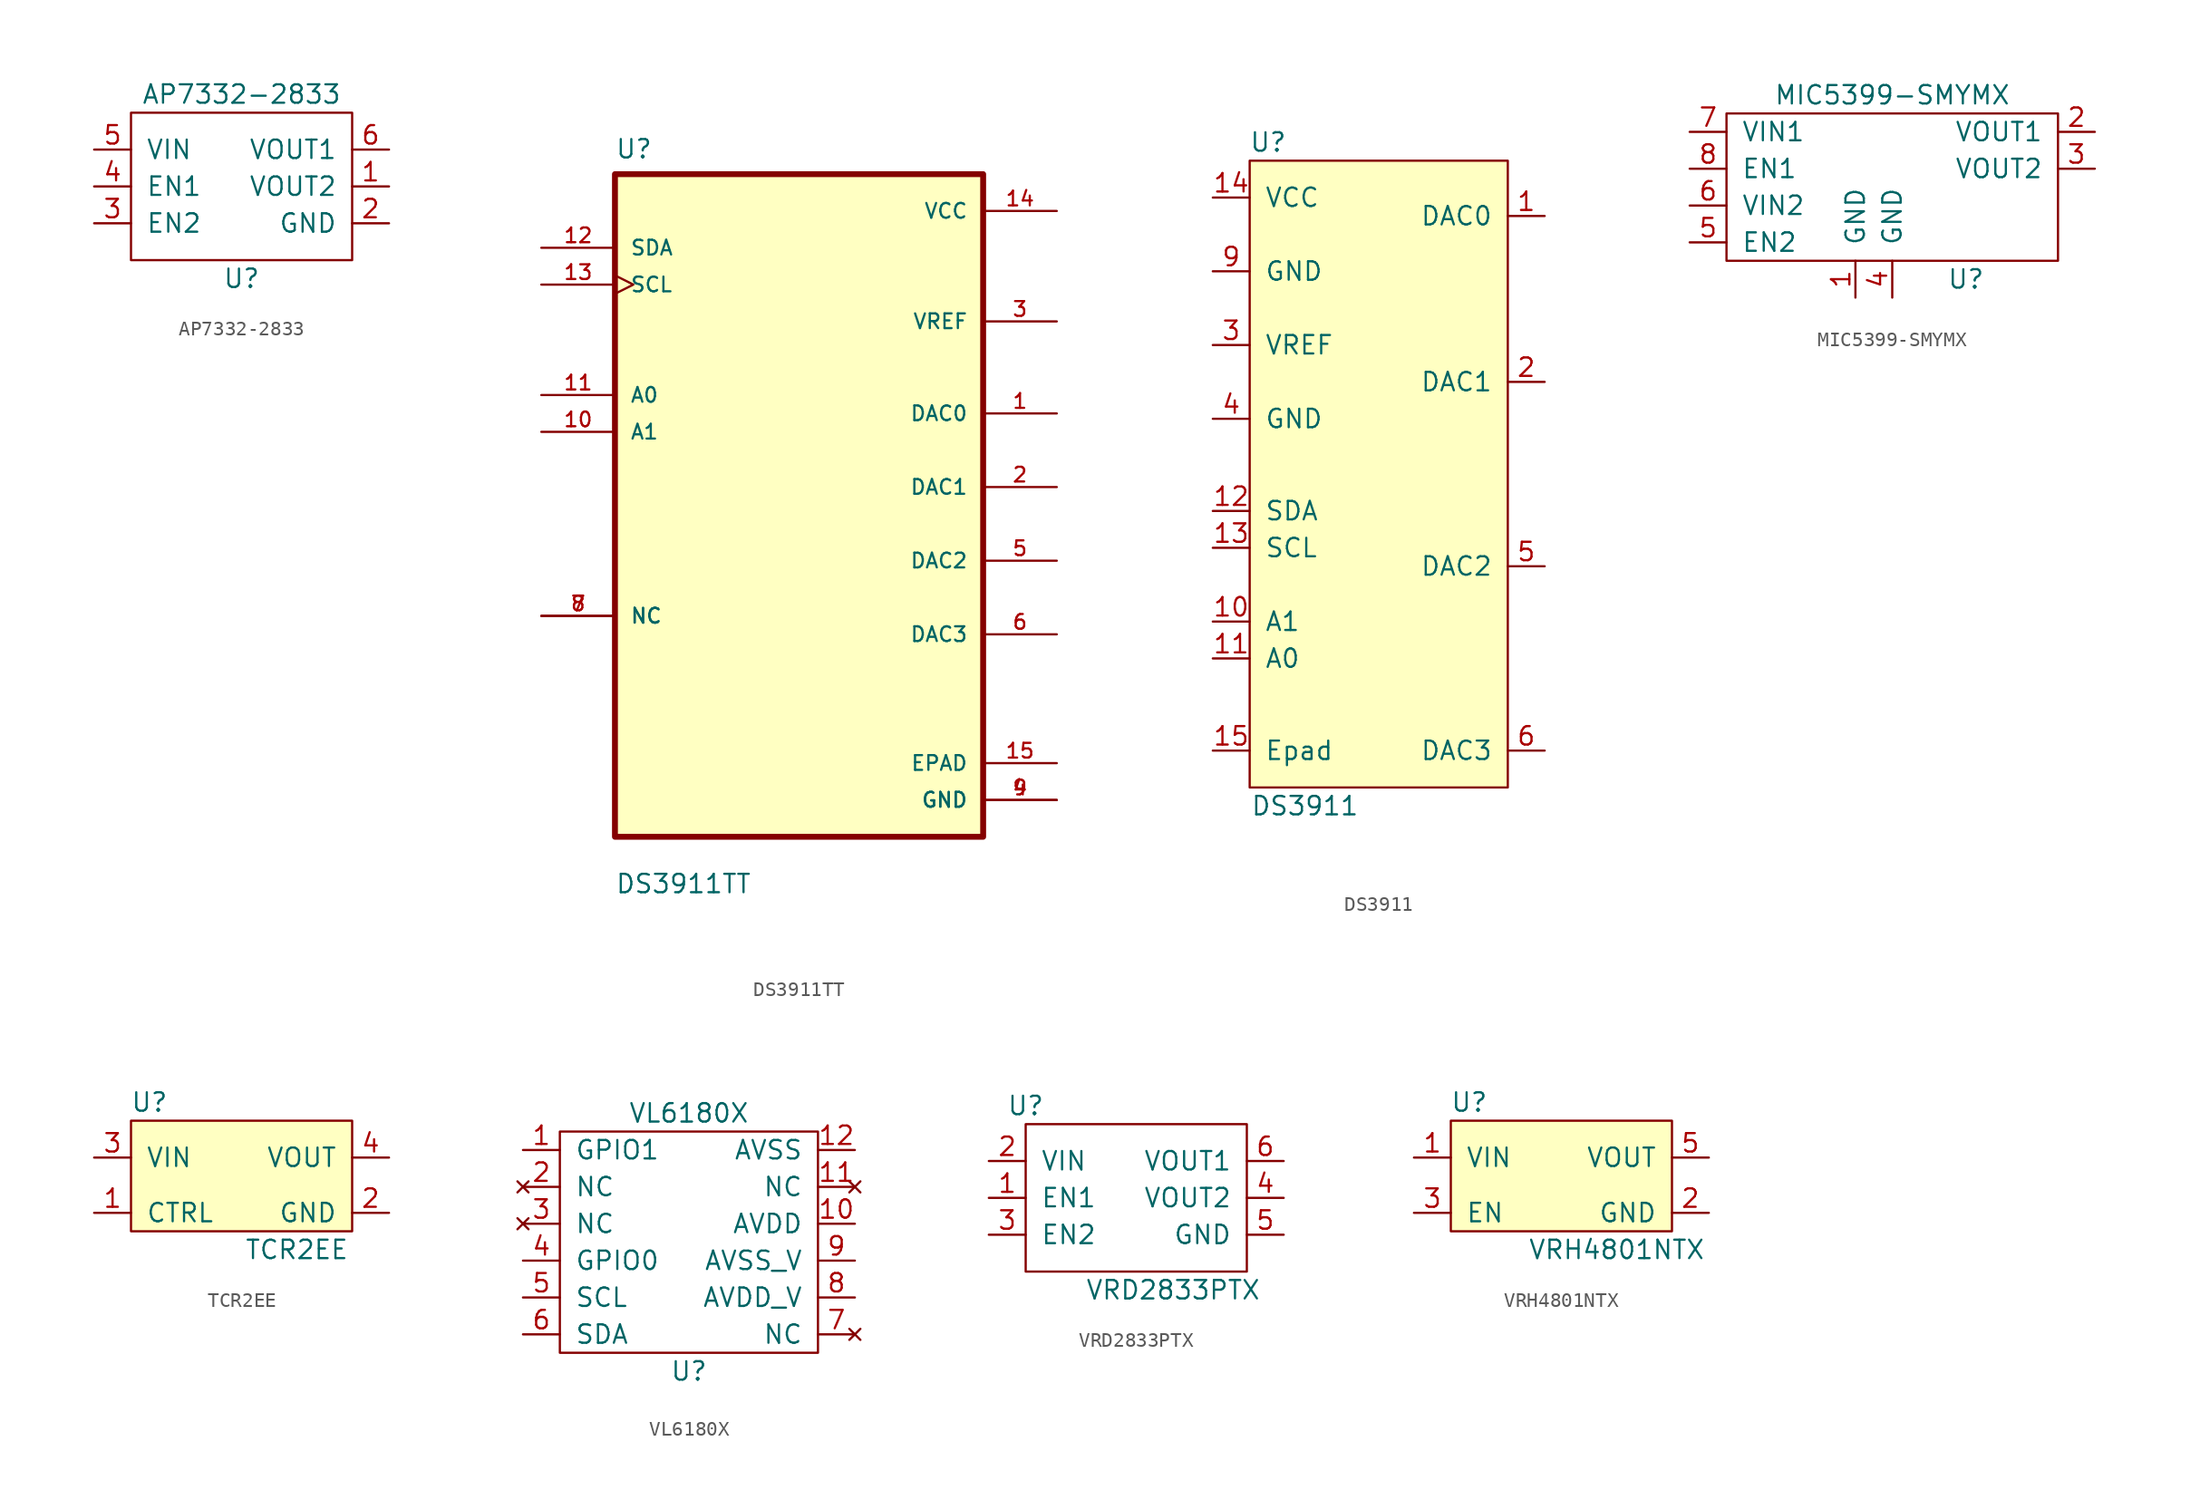
<source format=kicad_sym>
(kicad_symbol_lib
  (version 20220914)
  (generator kicad_symbol_editor)
  (symbol "AP7332-2833"
    (pin_names
      (offset 1.016))
    (property "Reference" "U"
      (at 0 -6.35 0)
      (effects (font (size 1.27 1.27))))
    (property "Value" "AP7332-2833"
      (at 0 6.35 0)
      (effects (font (size 1.27 1.27))))
    (symbol "AP7332-2833_0_1"
      (rectangle (start -7.62 5.08) (end 7.62 -5.08) (stroke (width 0) (type solid)) (fill (type none))))
    (symbol "AP7332-2833_1_1"
      (pin power_out line (at 10.16 0 180) (length 2.54) (name "VOUT2" (effects (font (size 1.27 1.27)))) (number "1" (effects (font (size 1.27 1.27)))))
      (pin power_in line (at 10.16 -2.54 180) (length 2.54) (name "GND" (effects (font (size 1.27 1.27)))) (number "2" (effects (font (size 1.27 1.27)))))
      (pin input line (at -10.16 -2.54 0) (length 2.54) (name "EN2" (effects (font (size 1.27 1.27)))) (number "3" (effects (font (size 1.27 1.27)))))
      (pin input line (at -10.16 0 0) (length 2.54) (name "EN1" (effects (font (size 1.27 1.27)))) (number "4" (effects (font (size 1.27 1.27)))))
      (pin power_in line (at -10.16 2.54 0) (length 2.54) (name "VIN" (effects (font (size 1.27 1.27)))) (number "5" (effects (font (size 1.27 1.27)))))
      (pin power_out line (at 10.16 2.54 180) (length 2.54) (name "VOUT1" (effects (font (size 1.27 1.27)))) (number "6" (effects (font (size 1.27 1.27)))))))
  (symbol "DS3911TT"
    (pin_names
      (offset 1.016))
    (property "Reference" "U"
      (at -12.7 23.851 0)
      (effects (font (size 1.27 1.27)) (justify left bottom)))
    (property "Value" "DS3911TT"
      (at -12.7 -26.848 0)
      (effects (font (size 1.27 1.27)) (justify left bottom)))
    (property "ki_locked" ""
      (at 0 0 0)
      (effects (font (size 1.27 1.27))))
    (symbol "DS3911TT_0_0"
      (rectangle (start -12.7 -22.86) (end 12.7 22.86) (stroke (width 0.406) (type solid)) (fill (type background)))
      (pin bidirectional line (at 17.78 6.35 180) (length 5.08) (name "DAC0" (effects (font (size 1.016 1.016)))) (number "1" (effects (font (size 1.016 1.016)))))
      (pin bidirectional line (at -17.78 5.08 0) (length 5.08) (name "A1" (effects (font (size 1.016 1.016)))) (number "10" (effects (font (size 1.016 1.016)))))
      (pin bidirectional line (at -17.78 7.62 0) (length 5.08) (name "A0" (effects (font (size 1.016 1.016)))) (number "11" (effects (font (size 1.016 1.016)))))
      (pin bidirectional line (at -17.78 17.78 0) (length 5.08) (name "SDA" (effects (font (size 1.016 1.016)))) (number "12" (effects (font (size 1.016 1.016)))))
      (pin input clock (at -17.78 15.24 0) (length 5.08) (name "SCL" (effects (font (size 1.016 1.016)))) (number "13" (effects (font (size 1.016 1.016)))))
      (pin power_in line (at 17.78 20.32 180) (length 5.08) (name "VCC" (effects (font (size 1.016 1.016)))) (number "14" (effects (font (size 1.016 1.016)))))
      (pin power_in line (at 17.78 -17.78 180) (length 5.08) (name "EPAD" (effects (font (size 1.016 1.016)))) (number "15" (effects (font (size 1.016 1.016)))))
      (pin bidirectional line (at 17.78 1.27 180) (length 5.08) (name "DAC1" (effects (font (size 1.016 1.016)))) (number "2" (effects (font (size 1.016 1.016)))))
      (pin input line (at 17.78 12.7 180) (length 5.08) (name "VREF" (effects (font (size 1.016 1.016)))) (number "3" (effects (font (size 1.016 1.016)))))
      (pin power_in line (at 17.78 -20.32 180) (length 5.08) (name "GND" (effects (font (size 1.016 1.016)))) (number "4" (effects (font (size 1.016 1.016)))))
      (pin bidirectional line (at 17.78 -3.81 180) (length 5.08) (name "DAC2" (effects (font (size 1.016 1.016)))) (number "5" (effects (font (size 1.016 1.016)))))
      (pin bidirectional line (at 17.78 -8.89 180) (length 5.08) (name "DAC3" (effects (font (size 1.016 1.016)))) (number "6" (effects (font (size 1.016 1.016)))))
      (pin bidirectional line (at -17.78 -7.62 0) (length 5.08) (name "NC" (effects (font (size 1.016 1.016)))) (number "7" (effects (font (size 1.016 1.016)))))
      (pin bidirectional line (at -17.78 -7.62 0) (length 5.08) (name "NC" (effects (font (size 1.016 1.016)))) (number "8" (effects (font (size 1.016 1.016)))))
      (pin power_in line (at 17.78 -20.32 180) (length 5.08) (name "GND" (effects (font (size 1.016 1.016)))) (number "9" (effects (font (size 1.016 1.016)))))))
  (symbol "DS3911"
    (pin_names
      (offset 1.016))
    (property "Reference" "U"
      (at -11.43 16.51 0)
      (effects (font (size 1.27 1.27))))
    (property "Value" "DS3911"
      (at -8.89 -29.21 0)
      (effects (font (size 1.27 1.27))))
    (symbol "DS3911_0_1"
      (rectangle (start -12.7 15.24) (end 5.08 -27.94) (stroke (width 0) (type solid)) (fill (type background))))
    (symbol "DS3911_1_1"
      (pin output line (at 7.62 11.43 180) (length 2.54) (name "DAC0" (effects (font (size 1.27 1.27)))) (number "1" (effects (font (size 1.27 1.27)))))
      (pin input line (at -15.24 -16.51 0) (length 2.54) (name "A1" (effects (font (size 1.27 1.27)))) (number "10" (effects (font (size 1.27 1.27)))))
      (pin input line (at -15.24 -19.05 0) (length 2.54) (name "A0" (effects (font (size 1.27 1.27)))) (number "11" (effects (font (size 1.27 1.27)))))
      (pin input line (at -15.24 -8.89 0) (length 2.54) (name "SDA" (effects (font (size 1.27 1.27)))) (number "12" (effects (font (size 1.27 1.27)))))
      (pin input line (at -15.24 -11.43 0) (length 2.54) (name "SCL" (effects (font (size 1.27 1.27)))) (number "13" (effects (font (size 1.27 1.27)))))
      (pin power_in line (at -15.24 12.7 0) (length 2.54) (name "VCC" (effects (font (size 1.27 1.27)))) (number "14" (effects (font (size 1.27 1.27)))))
      (pin power_in line (at -15.24 -25.4 0) (length 2.54) (name "Epad" (effects (font (size 1.27 1.27)))) (number "15" (effects (font (size 1.27 1.27)))))
      (pin output line (at 7.62 0 180) (length 2.54) (name "DAC1" (effects (font (size 1.27 1.27)))) (number "2" (effects (font (size 1.27 1.27)))))
      (pin power_in line (at -15.24 2.54 0) (length 2.54) (name "VREF" (effects (font (size 1.27 1.27)))) (number "3" (effects (font (size 1.27 1.27)))))
      (pin power_in line (at -15.24 -2.54 0) (length 2.54) (name "GND" (effects (font (size 1.27 1.27)))) (number "4" (effects (font (size 1.27 1.27)))))
      (pin output line (at 7.62 -12.7 180) (length 2.54) (name "DAC2" (effects (font (size 1.27 1.27)))) (number "5" (effects (font (size 1.27 1.27)))))
      (pin output line (at 7.62 -25.4 180) (length 2.54) (name "DAC3" (effects (font (size 1.27 1.27)))) (number "6" (effects (font (size 1.27 1.27)))))
      (pin power_in line (at -15.24 7.62 0) (length 2.54) (name "GND" (effects (font (size 1.27 1.27)))) (number "9" (effects (font (size 1.27 1.27)))))))
  (symbol "MIC5399-SMYMX"
    (pin_names
      (offset 1.016))
    (property "Reference" "U"
      (at 5.08 -7.62 0)
      (effects (font (size 1.27 1.27))))
    (property "Value" "MIC5399-SMYMX"
      (at 0 5.08 0)
      (effects (font (size 1.27 1.27))))
    (symbol "MIC5399-SMYMX_0_1"
      (rectangle (start -11.43 3.81) (end 11.43 -6.35) (stroke (width 0) (type solid)) (fill (type none))))
    (symbol "MIC5399-SMYMX_1_1"
      (pin power_out line (at -2.54 -8.89 90) (length 2.54) (name "GND" (effects (font (size 1.27 1.27)))) (number "1" (effects (font (size 1.27 1.27)))))
      (pin power_out line (at 13.97 2.54 180) (length 2.54) (name "VOUT1" (effects (font (size 1.27 1.27)))) (number "2" (effects (font (size 1.27 1.27)))))
      (pin power_out line (at 13.97 0 180) (length 2.54) (name "VOUT2" (effects (font (size 1.27 1.27)))) (number "3" (effects (font (size 1.27 1.27)))))
      (pin power_out line (at 0 -8.89 90) (length 2.54) (name "GND" (effects (font (size 1.27 1.27)))) (number "4" (effects (font (size 1.27 1.27)))))
      (pin input line (at -13.97 -5.08 0) (length 2.54) (name "EN2" (effects (font (size 1.27 1.27)))) (number "5" (effects (font (size 1.27 1.27)))))
      (pin power_in line (at -13.97 -2.54 0) (length 2.54) (name "VIN2" (effects (font (size 1.27 1.27)))) (number "6" (effects (font (size 1.27 1.27)))))
      (pin power_in line (at -13.97 2.54 0) (length 2.54) (name "VIN1" (effects (font (size 1.27 1.27)))) (number "7" (effects (font (size 1.27 1.27)))))
      (pin input line (at -13.97 0 0) (length 2.54) (name "EN1" (effects (font (size 1.27 1.27)))) (number "8" (effects (font (size 1.27 1.27)))))))
  (symbol "TCR2EE"
    (pin_names
      (offset 1.016))
    (property "Reference" "U"
      (at -6.35 5.08 0)
      (effects (font (size 1.27 1.27))))
    (property "Value" "TCR2EE"
      (at 3.81 -5.08 0)
      (effects (font (size 1.27 1.27))))
    (symbol "TCR2EE_0_1"
      (rectangle (start -7.62 3.81) (end 7.62 -3.81) (stroke (width 0) (type solid)) (fill (type background))))
    (symbol "TCR2EE_1_1"
      (pin input line (at -10.16 -2.54 0) (length 2.54) (name "CTRL" (effects (font (size 1.27 1.27)))) (number "1" (effects (font (size 1.27 1.27)))))
      (pin input line (at 10.16 -2.54 180) (length 2.54) (name "GND" (effects (font (size 1.27 1.27)))) (number "2" (effects (font (size 1.27 1.27)))))
      (pin input line (at -10.16 1.27 0) (length 2.54) (name "VIN" (effects (font (size 1.27 1.27)))) (number "3" (effects (font (size 1.27 1.27)))))
      (pin input line (at 10.16 1.27 180) (length 2.54) (name "VOUT" (effects (font (size 1.27 1.27)))) (number "4" (effects (font (size 1.27 1.27)))))
      (pin no_connect line (at 0 -6.35 90) (length 2.54) hide (name "NC" (effects (font (size 1.27 1.27)))) (number "5" (effects (font (size 1.27 1.27)))))))
  (symbol "VL6180X"
    (pin_names
      (offset 1.016))
    (property "Reference" "U"
      (at 0 -10.16 0)
      (effects (font (size 1.27 1.27))))
    (property "Value" "VL6180X"
      (at 0 7.62 0)
      (effects (font (size 1.27 1.27))))
    (symbol "VL6180X_0_1"
      (rectangle (start -8.89 6.35) (end 8.89 -8.89) (stroke (width 0) (type solid)) (fill (type none))))
    (symbol "VL6180X_1_1"
      (pin bidirectional line (at -11.43 5.08 0) (length 2.54) (name "GPIO1" (effects (font (size 1.27 1.27)))) (number "1" (effects (font (size 1.27 1.27)))))
      (pin power_in line (at 11.43 0 180) (length 2.54) (name "AVDD" (effects (font (size 1.27 1.27)))) (number "10" (effects (font (size 1.27 1.27)))))
      (pin no_connect line (at 11.43 2.54 180) (length 2.54) (name "NC" (effects (font (size 1.27 1.27)))) (number "11" (effects (font (size 1.27 1.27)))))
      (pin power_in line (at 11.43 5.08 180) (length 2.54) (name "AVSS" (effects (font (size 1.27 1.27)))) (number "12" (effects (font (size 1.27 1.27)))))
      (pin no_connect line (at -11.43 2.54 0) (length 2.54) (name "NC" (effects (font (size 1.27 1.27)))) (number "2" (effects (font (size 1.27 1.27)))))
      (pin no_connect line (at -11.43 0 0) (length 2.54) (name "NC" (effects (font (size 1.27 1.27)))) (number "3" (effects (font (size 1.27 1.27)))))
      (pin bidirectional line (at -11.43 -2.54 0) (length 2.54) (name "GPIO0" (effects (font (size 1.27 1.27)))) (number "4" (effects (font (size 1.27 1.27)))))
      (pin input line (at -11.43 -5.08 0) (length 2.54) (name "SCL" (effects (font (size 1.27 1.27)))) (number "5" (effects (font (size 1.27 1.27)))))
      (pin bidirectional line (at -11.43 -7.62 0) (length 2.54) (name "SDA" (effects (font (size 1.27 1.27)))) (number "6" (effects (font (size 1.27 1.27)))))
      (pin no_connect line (at 11.43 -7.62 180) (length 2.54) (name "NC" (effects (font (size 1.27 1.27)))) (number "7" (effects (font (size 1.27 1.27)))))
      (pin power_in line (at 11.43 -5.08 180) (length 2.54) (name "AVDD_V" (effects (font (size 1.27 1.27)))) (number "8" (effects (font (size 1.27 1.27)))))
      (pin power_in line (at 11.43 -2.54 180) (length 2.54) (name "AVSS_V" (effects (font (size 1.27 1.27)))) (number "9" (effects (font (size 1.27 1.27)))))))
  (symbol "VRD2833PTX"
    (pin_names
      (offset 1.016))
    (property "Reference" "U"
      (at -7.62 6.35 0)
      (effects (font (size 1.27 1.27))))
    (property "Value" "VRD2833PTX"
      (at 2.54 -6.35 0)
      (effects (font (size 1.27 1.27))))
    (symbol "VRD2833PTX_0_1"
      (rectangle (start -7.62 5.08) (end 7.62 -5.08) (stroke (width 0) (type solid)) (fill (type none))))
    (symbol "VRD2833PTX_1_1"
      (pin input line (at -10.16 0 0) (length 2.54) (name "EN1" (effects (font (size 1.27 1.27)))) (number "1" (effects (font (size 1.27 1.27)))))
      (pin power_in line (at -10.16 2.54 0) (length 2.54) (name "VIN" (effects (font (size 1.27 1.27)))) (number "2" (effects (font (size 1.27 1.27)))))
      (pin input line (at -10.16 -2.54 0) (length 2.54) (name "EN2" (effects (font (size 1.27 1.27)))) (number "3" (effects (font (size 1.27 1.27)))))
      (pin power_out line (at 10.16 0 180) (length 2.54) (name "VOUT2" (effects (font (size 1.27 1.27)))) (number "4" (effects (font (size 1.27 1.27)))))
      (pin power_in line (at 10.16 -2.54 180) (length 2.54) (name "GND" (effects (font (size 1.27 1.27)))) (number "5" (effects (font (size 1.27 1.27)))))
      (pin power_out line (at 10.16 2.54 180) (length 2.54) (name "VOUT1" (effects (font (size 1.27 1.27)))) (number "6" (effects (font (size 1.27 1.27)))))))
  (symbol "VRH4801NTX"
    (pin_names
      (offset 1.016))
    (property "Reference" "U"
      (at -6.35 5.08 0)
      (effects (font (size 1.27 1.27))))
    (property "Value" "VRH4801NTX"
      (at 3.81 -5.08 0)
      (effects (font (size 1.27 1.27))))
    (symbol "VRH4801NTX_0_1"
      (rectangle (start -7.62 3.81) (end 7.62 -3.81) (stroke (width 0) (type solid)) (fill (type background))))
    (symbol "VRH4801NTX_1_1"
      (pin input line (at -10.16 1.27 0) (length 2.54) (name "VIN" (effects (font (size 1.27 1.27)))) (number "1" (effects (font (size 1.27 1.27)))))
      (pin input line (at 10.16 -2.54 180) (length 2.54) (name "GND" (effects (font (size 1.27 1.27)))) (number "2" (effects (font (size 1.27 1.27)))))
      (pin input line (at -10.16 -2.54 0) (length 2.54) (name "EN" (effects (font (size 1.27 1.27)))) (number "3" (effects (font (size 1.27 1.27)))))
      (pin no_connect line (at 0 -6.35 90) (length 2.54) hide (name "NC" (effects (font (size 1.27 1.27)))) (number "4" (effects (font (size 1.27 1.27)))))
      (pin input line (at 10.16 1.27 180) (length 2.54) (name "VOUT" (effects (font (size 1.27 1.27)))) (number "5" (effects (font (size 1.27 1.27))))))))
</source>
